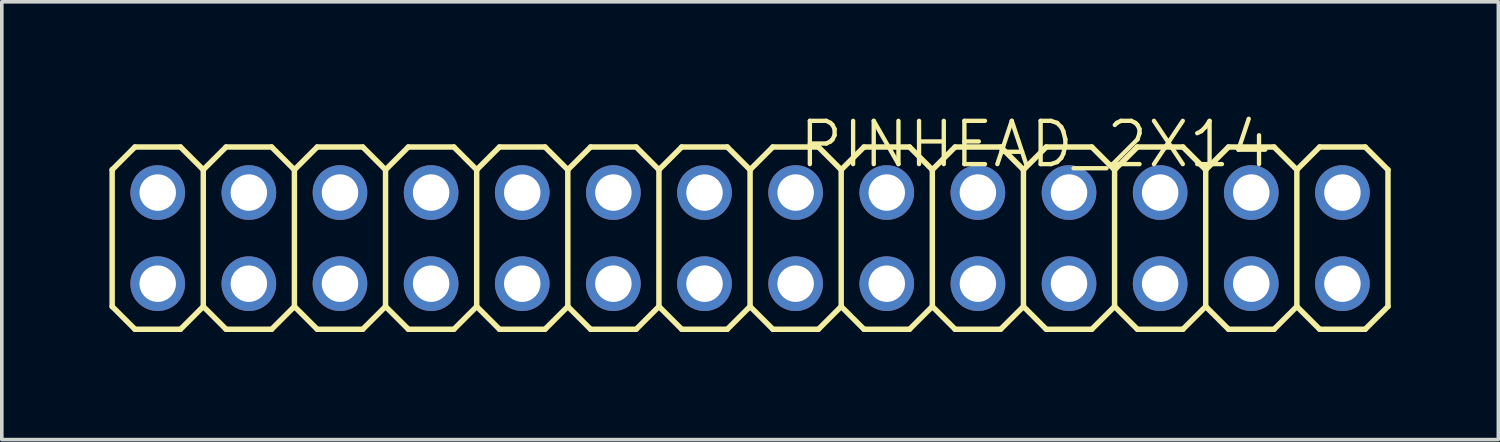
<source format=kicad_pcb>
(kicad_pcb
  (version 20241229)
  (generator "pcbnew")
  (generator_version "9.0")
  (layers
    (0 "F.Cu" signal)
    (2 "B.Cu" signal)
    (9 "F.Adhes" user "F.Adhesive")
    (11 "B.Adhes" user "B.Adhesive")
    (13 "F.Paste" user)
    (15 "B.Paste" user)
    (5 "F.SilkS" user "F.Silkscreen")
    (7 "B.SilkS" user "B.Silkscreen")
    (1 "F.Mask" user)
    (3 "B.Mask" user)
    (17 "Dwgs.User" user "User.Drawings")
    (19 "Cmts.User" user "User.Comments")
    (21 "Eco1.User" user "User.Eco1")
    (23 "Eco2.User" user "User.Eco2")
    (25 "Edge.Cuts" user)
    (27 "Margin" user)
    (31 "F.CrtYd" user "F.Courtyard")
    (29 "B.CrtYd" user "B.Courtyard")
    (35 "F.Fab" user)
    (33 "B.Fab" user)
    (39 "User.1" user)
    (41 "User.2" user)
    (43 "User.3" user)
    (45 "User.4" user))
  (footprint "PINHEAD_2X14"
    (layer "F.Cu")
    (at 17.856 3.587)
    (property "Reference" "PINHEAD_2X14" (at 14.61 -3.32 180) (layer "F.SilkS") (effects (font (size 1.206 1.206) (thickness 0.121)) (justify right top)))
    (attr through_hole)
    (fp_line (start -17.78 -1.905) (end -17.145 -2.54) (stroke (width 0.152) (type solid)) (layer "F.SilkS"))
    (fp_line (start -17.78 1.905) (end -17.78 -1.905) (stroke (width 0.152) (type solid)) (layer "F.SilkS"))
    (fp_line (start -17.78 1.905) (end -17.145 2.54) (stroke (width 0.152) (type solid)) (layer "F.SilkS"))
    (fp_line (start -17.145 -2.54) (end -15.875 -2.54) (stroke (width 0.152) (type solid)) (layer "F.SilkS"))
    (fp_line (start -17.145 2.54) (end -15.875 2.54) (stroke (width 0.152) (type solid)) (layer "F.SilkS"))
    (fp_line (start -15.875 -2.54) (end -15.24 -1.905) (stroke (width 0.152) (type solid)) (layer "F.SilkS"))
    (fp_line (start -15.875 2.54) (end -15.24 1.905) (stroke (width 0.152) (type solid)) (layer "F.SilkS"))
    (fp_line (start -15.24 -1.905) (end -15.24 1.905) (stroke (width 0.152) (type solid)) (layer "F.SilkS"))
    (fp_line (start -15.24 -1.905) (end -14.605 -2.54) (stroke (width 0.152) (type solid)) (layer "F.SilkS"))
    (fp_line (start -15.24 1.905) (end -14.605 2.54) (stroke (width 0.152) (type solid)) (layer "F.SilkS"))
    (fp_line (start -14.605 -2.54) (end -13.335 -2.54) (stroke (width 0.152) (type solid)) (layer "F.SilkS"))
    (fp_line (start -14.605 2.54) (end -13.335 2.54) (stroke (width 0.152) (type solid)) (layer "F.SilkS"))
    (fp_line (start -13.335 -2.54) (end -12.7 -1.905) (stroke (width 0.152) (type solid)) (layer "F.SilkS"))
    (fp_line (start -13.335 2.54) (end -12.7 1.905) (stroke (width 0.152) (type solid)) (layer "F.SilkS"))
    (fp_line (start -12.7 -1.905) (end -12.7 1.905) (stroke (width 0.152) (type solid)) (layer "F.SilkS"))
    (fp_line (start -12.7 -1.905) (end -12.065 -2.54) (stroke (width 0.152) (type solid)) (layer "F.SilkS"))
    (fp_line (start -12.7 1.905) (end -12.065 2.54) (stroke (width 0.152) (type solid)) (layer "F.SilkS"))
    (fp_line (start -12.065 -2.54) (end -10.795 -2.54) (stroke (width 0.152) (type solid)) (layer "F.SilkS"))
    (fp_line (start -12.065 2.54) (end -10.795 2.54) (stroke (width 0.152) (type solid)) (layer "F.SilkS"))
    (fp_line (start -10.795 -2.54) (end -10.16 -1.905) (stroke (width 0.152) (type solid)) (layer "F.SilkS"))
    (fp_line (start -10.795 2.54) (end -10.16 1.905) (stroke (width 0.152) (type solid)) (layer "F.SilkS"))
    (fp_line (start -10.16 -1.905) (end -10.16 1.905) (stroke (width 0.152) (type solid)) (layer "F.SilkS"))
    (fp_line (start -10.16 -1.905) (end -9.525 -2.54) (stroke (width 0.152) (type solid)) (layer "F.SilkS"))
    (fp_line (start -10.16 1.905) (end -9.525 2.54) (stroke (width 0.152) (type solid)) (layer "F.SilkS"))
    (fp_line (start -9.525 -2.54) (end -8.255 -2.54) (stroke (width 0.152) (type solid)) (layer "F.SilkS"))
    (fp_line (start -9.525 2.54) (end -8.255 2.54) (stroke (width 0.152) (type solid)) (layer "F.SilkS"))
    (fp_line (start -8.255 -2.54) (end -7.62 -1.905) (stroke (width 0.152) (type solid)) (layer "F.SilkS"))
    (fp_line (start -8.255 2.54) (end -7.62 1.905) (stroke (width 0.152) (type solid)) (layer "F.SilkS"))
    (fp_line (start -7.62 -1.905) (end -7.62 1.905) (stroke (width 0.152) (type solid)) (layer "F.SilkS"))
    (fp_line (start -7.62 -1.905) (end -6.985 -2.54) (stroke (width 0.152) (type solid)) (layer "F.SilkS"))
    (fp_line (start -7.62 1.905) (end -6.985 2.54) (stroke (width 0.152) (type solid)) (layer "F.SilkS"))
    (fp_line (start -6.985 -2.54) (end -5.715 -2.54) (stroke (width 0.152) (type solid)) (layer "F.SilkS"))
    (fp_line (start -6.985 2.54) (end -5.715 2.54) (stroke (width 0.152) (type solid)) (layer "F.SilkS"))
    (fp_line (start -5.715 -2.54) (end -5.08 -1.905) (stroke (width 0.152) (type solid)) (layer "F.SilkS"))
    (fp_line (start -5.715 2.54) (end -5.08 1.905) (stroke (width 0.152) (type solid)) (layer "F.SilkS"))
    (fp_line (start -5.08 -1.905) (end -5.08 1.905) (stroke (width 0.152) (type solid)) (layer "F.SilkS"))
    (fp_line (start -5.08 -1.905) (end -4.445 -2.54) (stroke (width 0.152) (type solid)) (layer "F.SilkS"))
    (fp_line (start -5.08 1.905) (end -4.445 2.54) (stroke (width 0.152) (type solid)) (layer "F.SilkS"))
    (fp_line (start -4.445 -2.54) (end -3.175 -2.54) (stroke (width 0.152) (type solid)) (layer "F.SilkS"))
    (fp_line (start -4.445 2.54) (end -3.175 2.54) (stroke (width 0.152) (type solid)) (layer "F.SilkS"))
    (fp_line (start -3.175 -2.54) (end -2.54 -1.905) (stroke (width 0.152) (type solid)) (layer "F.SilkS"))
    (fp_line (start -3.175 2.54) (end -2.54 1.905) (stroke (width 0.152) (type solid)) (layer "F.SilkS"))
    (fp_line (start -2.54 -1.905) (end -2.54 1.905) (stroke (width 0.152) (type solid)) (layer "F.SilkS"))
    (fp_line (start -2.54 -1.905) (end -1.905 -2.54) (stroke (width 0.152) (type solid)) (layer "F.SilkS"))
    (fp_line (start -2.54 1.905) (end -1.905 2.54) (stroke (width 0.152) (type solid)) (layer "F.SilkS"))
    (fp_line (start -1.905 -2.54) (end -0.635 -2.54) (stroke (width 0.152) (type solid)) (layer "F.SilkS"))
    (fp_line (start -0.635 -2.54) (end 0 -1.905) (stroke (width 0.152) (type solid)) (layer "F.SilkS"))
    (fp_line (start -0.635 2.54) (end -1.905 2.54) (stroke (width 0.152) (type solid)) (layer "F.SilkS"))
    (fp_line (start 0 -1.905) (end 0 1.905) (stroke (width 0.152) (type solid)) (layer "F.SilkS"))
    (fp_line (start 0 -1.905) (end 0.635 -2.54) (stroke (width 0.152) (type solid)) (layer "F.SilkS"))
    (fp_line (start 0 1.905) (end -0.635 2.54) (stroke (width 0.152) (type solid)) (layer "F.SilkS"))
    (fp_line (start 0 1.905) (end 0.635 2.54) (stroke (width 0.152) (type solid)) (layer "F.SilkS"))
    (fp_line (start 0.635 -2.54) (end 1.905 -2.54) (stroke (width 0.152) (type solid)) (layer "F.SilkS"))
    (fp_line (start 1.905 -2.54) (end 2.54 -1.905) (stroke (width 0.152) (type solid)) (layer "F.SilkS"))
    (fp_line (start 1.905 2.54) (end 0.635 2.54) (stroke (width 0.152) (type solid)) (layer "F.SilkS"))
    (fp_line (start 2.54 -1.905) (end 2.54 1.905) (stroke (width 0.152) (type solid)) (layer "F.SilkS"))
    (fp_line (start 2.54 -1.905) (end 3.175 -2.54) (stroke (width 0.152) (type solid)) (layer "F.SilkS"))
    (fp_line (start 2.54 1.905) (end 1.905 2.54) (stroke (width 0.152) (type solid)) (layer "F.SilkS"))
    (fp_line (start 2.54 1.905) (end 3.175 2.54) (stroke (width 0.152) (type solid)) (layer "F.SilkS"))
    (fp_line (start 3.175 -2.54) (end 4.445 -2.54) (stroke (width 0.152) (type solid)) (layer "F.SilkS"))
    (fp_line (start 4.445 -2.54) (end 5.08 -1.905) (stroke (width 0.152) (type solid)) (layer "F.SilkS"))
    (fp_line (start 4.445 2.54) (end 3.175 2.54) (stroke (width 0.152) (type solid)) (layer "F.SilkS"))
    (fp_line (start 5.08 -1.905) (end 5.08 1.905) (stroke (width 0.152) (type solid)) (layer "F.SilkS"))
    (fp_line (start 5.08 -1.905) (end 5.715 -2.54) (stroke (width 0.152) (type solid)) (layer "F.SilkS"))
    (fp_line (start 5.08 1.905) (end 4.445 2.54) (stroke (width 0.152) (type solid)) (layer "F.SilkS"))
    (fp_line (start 5.08 1.905) (end 5.715 2.54) (stroke (width 0.152) (type solid)) (layer "F.SilkS"))
    (fp_line (start 5.715 -2.54) (end 6.985 -2.54) (stroke (width 0.152) (type solid)) (layer "F.SilkS"))
    (fp_line (start 6.985 -2.54) (end 7.62 -1.905) (stroke (width 0.152) (type solid)) (layer "F.SilkS"))
    (fp_line (start 6.985 2.54) (end 5.715 2.54) (stroke (width 0.152) (type solid)) (layer "F.SilkS"))
    (fp_line (start 7.62 -1.905) (end 7.62 1.905) (stroke (width 0.152) (type solid)) (layer "F.SilkS"))
    (fp_line (start 7.62 -1.905) (end 8.255 -2.54) (stroke (width 0.152) (type solid)) (layer "F.SilkS"))
    (fp_line (start 7.62 1.905) (end 6.985 2.54) (stroke (width 0.152) (type solid)) (layer "F.SilkS"))
    (fp_line (start 7.62 1.905) (end 8.255 2.54) (stroke (width 0.152) (type solid)) (layer "F.SilkS"))
    (fp_line (start 8.255 -2.54) (end 9.525 -2.54) (stroke (width 0.152) (type solid)) (layer "F.SilkS"))
    (fp_line (start 9.525 -2.54) (end 10.16 -1.905) (stroke (width 0.152) (type solid)) (layer "F.SilkS"))
    (fp_line (start 9.525 2.54) (end 8.255 2.54) (stroke (width 0.152) (type solid)) (layer "F.SilkS"))
    (fp_line (start 10.16 -1.905) (end 10.16 1.905) (stroke (width 0.152) (type solid)) (layer "F.SilkS"))
    (fp_line (start 10.16 -1.905) (end 10.795 -2.54) (stroke (width 0.152) (type solid)) (layer "F.SilkS"))
    (fp_line (start 10.16 1.905) (end 9.525 2.54) (stroke (width 0.152) (type solid)) (layer "F.SilkS"))
    (fp_line (start 10.16 1.905) (end 10.795 2.54) (stroke (width 0.152) (type solid)) (layer "F.SilkS"))
    (fp_line (start 10.795 -2.54) (end 12.065 -2.54) (stroke (width 0.152) (type solid)) (layer "F.SilkS"))
    (fp_line (start 12.065 2.54) (end 10.795 2.54) (stroke (width 0.152) (type solid)) (layer "F.SilkS"))
    (fp_line (start 12.7 -1.905) (end 12.065 -2.54) (stroke (width 0.152) (type solid)) (layer "F.SilkS"))
    (fp_line (start 12.7 -1.905) (end 12.7 1.905) (stroke (width 0.152) (type solid)) (layer "F.SilkS"))
    (fp_line (start 12.7 -1.905) (end 13.335 -2.54) (stroke (width 0.152) (type solid)) (layer "F.SilkS"))
    (fp_line (start 12.7 1.905) (end 12.065 2.54) (stroke (width 0.152) (type solid)) (layer "F.SilkS"))
    (fp_line (start 12.7 1.905) (end 13.335 2.54) (stroke (width 0.152) (type solid)) (layer "F.SilkS"))
    (fp_line (start 14.605 -2.54) (end 13.335 -2.54) (stroke (width 0.152) (type solid)) (layer "F.SilkS"))
    (fp_line (start 14.605 -2.54) (end 15.24 -1.905) (stroke (width 0.152) (type solid)) (layer "F.SilkS"))
    (fp_line (start 14.605 2.54) (end 13.335 2.54) (stroke (width 0.152) (type solid)) (layer "F.SilkS"))
    (fp_line (start 15.24 -1.905) (end 15.24 1.905) (stroke (width 0.152) (type solid)) (layer "F.SilkS"))
    (fp_line (start 15.24 -1.905) (end 15.875 -2.54) (stroke (width 0.152) (type solid)) (layer "F.SilkS"))
    (fp_line (start 15.24 1.905) (end 14.605 2.54) (stroke (width 0.152) (type solid)) (layer "F.SilkS"))
    (fp_line (start 15.24 1.905) (end 15.875 2.54) (stroke (width 0.152) (type solid)) (layer "F.SilkS"))
    (fp_line (start 17.145 -2.54) (end 15.875 -2.54) (stroke (width 0.152) (type solid)) (layer "F.SilkS"))
    (fp_line (start 17.145 -2.54) (end 17.78 -1.905) (stroke (width 0.152) (type solid)) (layer "F.SilkS"))
    (fp_line (start 17.145 2.54) (end 15.875 2.54) (stroke (width 0.152) (type solid)) (layer "F.SilkS"))
    (fp_line (start 17.78 -1.905) (end 17.78 1.905) (stroke (width 0.152) (type solid)) (layer "F.SilkS"))
    (fp_line (start 17.78 1.905) (end 17.145 2.54) (stroke (width 0.152) (type solid)) (layer "F.SilkS"))
    (fp_poly (pts (xy -16.764 -1.016) (xy -16.256 -1.016) (xy -16.256 -1.524) (xy -16.764 -1.524)) (stroke (width 0.1) (type solid)) (fill no) (layer "Dwgs.User"))
    (fp_poly (pts (xy -16.764 1.524) (xy -16.256 1.524) (xy -16.256 1.016) (xy -16.764 1.016)) (stroke (width 0.1) (type solid)) (fill no) (layer "Dwgs.User"))
    (fp_poly (pts (xy -14.224 -1.016) (xy -13.716 -1.016) (xy -13.716 -1.524) (xy -14.224 -1.524)) (stroke (width 0.1) (type solid)) (fill no) (layer "Dwgs.User"))
    (fp_poly (pts (xy -14.224 1.524) (xy -13.716 1.524) (xy -13.716 1.016) (xy -14.224 1.016)) (stroke (width 0.1) (type solid)) (fill no) (layer "Dwgs.User"))
    (fp_poly (pts (xy -11.684 -1.016) (xy -11.176 -1.016) (xy -11.176 -1.524) (xy -11.684 -1.524)) (stroke (width 0.1) (type solid)) (fill no) (layer "Dwgs.User"))
    (fp_poly (pts (xy -11.684 1.524) (xy -11.176 1.524) (xy -11.176 1.016) (xy -11.684 1.016)) (stroke (width 0.1) (type solid)) (fill no) (layer "Dwgs.User"))
    (fp_poly (pts (xy -9.144 -1.016) (xy -8.636 -1.016) (xy -8.636 -1.524) (xy -9.144 -1.524)) (stroke (width 0.1) (type solid)) (fill no) (layer "Dwgs.User"))
    (fp_poly (pts (xy -9.144 1.524) (xy -8.636 1.524) (xy -8.636 1.016) (xy -9.144 1.016)) (stroke (width 0.1) (type solid)) (fill no) (layer "Dwgs.User"))
    (fp_poly (pts (xy -6.604 -1.016) (xy -6.096 -1.016) (xy -6.096 -1.524) (xy -6.604 -1.524)) (stroke (width 0.1) (type solid)) (fill no) (layer "Dwgs.User"))
    (fp_poly (pts (xy -6.604 1.524) (xy -6.096 1.524) (xy -6.096 1.016) (xy -6.604 1.016)) (stroke (width 0.1) (type solid)) (fill no) (layer "Dwgs.User"))
    (fp_poly (pts (xy -4.064 -1.016) (xy -3.556 -1.016) (xy -3.556 -1.524) (xy -4.064 -1.524)) (stroke (width 0.1) (type solid)) (fill no) (layer "Dwgs.User"))
    (fp_poly (pts (xy -4.064 1.524) (xy -3.556 1.524) (xy -3.556 1.016) (xy -4.064 1.016)) (stroke (width 0.1) (type solid)) (fill no) (layer "Dwgs.User"))
    (fp_poly (pts (xy -1.524 -1.016) (xy -1.016 -1.016) (xy -1.016 -1.524) (xy -1.524 -1.524)) (stroke (width 0.1) (type solid)) (fill no) (layer "Dwgs.User"))
    (fp_poly (pts (xy -1.524 1.524) (xy -1.016 1.524) (xy -1.016 1.016) (xy -1.524 1.016)) (stroke (width 0.1) (type solid)) (fill no) (layer "Dwgs.User"))
    (fp_poly (pts (xy 1.016 -1.016) (xy 1.524 -1.016) (xy 1.524 -1.524) (xy 1.016 -1.524)) (stroke (width 0.1) (type solid)) (fill no) (layer "Dwgs.User"))
    (fp_poly (pts (xy 1.016 1.524) (xy 1.524 1.524) (xy 1.524 1.016) (xy 1.016 1.016)) (stroke (width 0.1) (type solid)) (fill no) (layer "Dwgs.User"))
    (fp_poly (pts (xy 3.556 -1.016) (xy 4.064 -1.016) (xy 4.064 -1.524) (xy 3.556 -1.524)) (stroke (width 0.1) (type solid)) (fill no) (layer "Dwgs.User"))
    (fp_poly (pts (xy 3.556 1.524) (xy 4.064 1.524) (xy 4.064 1.016) (xy 3.556 1.016)) (stroke (width 0.1) (type solid)) (fill no) (layer "Dwgs.User"))
    (fp_poly (pts (xy 6.096 -1.016) (xy 6.604 -1.016) (xy 6.604 -1.524) (xy 6.096 -1.524)) (stroke (width 0.1) (type solid)) (fill no) (layer "Dwgs.User"))
    (fp_poly (pts (xy 6.096 1.524) (xy 6.604 1.524) (xy 6.604 1.016) (xy 6.096 1.016)) (stroke (width 0.1) (type solid)) (fill no) (layer "Dwgs.User"))
    (fp_poly (pts (xy 8.636 -1.016) (xy 9.144 -1.016) (xy 9.144 -1.524) (xy 8.636 -1.524)) (stroke (width 0.1) (type solid)) (fill no) (layer "Dwgs.User"))
    (fp_poly (pts (xy 8.636 1.524) (xy 9.144 1.524) (xy 9.144 1.016) (xy 8.636 1.016)) (stroke (width 0.1) (type solid)) (fill no) (layer "Dwgs.User"))
    (fp_poly (pts (xy 11.176 -1.016) (xy 11.684 -1.016) (xy 11.684 -1.524) (xy 11.176 -1.524)) (stroke (width 0.1) (type solid)) (fill no) (layer "Dwgs.User"))
    (fp_poly (pts (xy 11.176 1.524) (xy 11.684 1.524) (xy 11.684 1.016) (xy 11.176 1.016)) (stroke (width 0.1) (type solid)) (fill no) (layer "Dwgs.User"))
    (fp_poly (pts (xy 13.716 -1.016) (xy 14.224 -1.016) (xy 14.224 -1.524) (xy 13.716 -1.524)) (stroke (width 0.1) (type solid)) (fill no) (layer "Dwgs.User"))
    (fp_poly (pts (xy 13.716 1.524) (xy 14.224 1.524) (xy 14.224 1.016) (xy 13.716 1.016)) (stroke (width 0.1) (type solid)) (fill no) (layer "Dwgs.User"))
    (fp_poly (pts (xy 16.256 -1.016) (xy 16.764 -1.016) (xy 16.764 -1.524) (xy 16.256 -1.524)) (stroke (width 0.1) (type solid)) (fill no) (layer "Dwgs.User"))
    (fp_poly (pts (xy 16.256 1.524) (xy 16.764 1.524) (xy 16.764 1.016) (xy 16.256 1.016)) (stroke (width 0.1) (type solid)) (fill no) (layer "Dwgs.User"))
    (pad "1" thru_hole circle (at -16.51 1.27) (size 1.524 1.524) (drill 1.016) (layers "*.Cu" "*.Mask"))
    (pad "2" thru_hole circle (at -16.51 -1.27) (size 1.524 1.524) (drill 1.016) (layers "*.Cu" "*.Mask"))
    (pad "3" thru_hole circle (at -13.97 1.27) (size 1.524 1.524) (drill 1.016) (layers "*.Cu" "*.Mask"))
    (pad "4" thru_hole circle (at -13.97 -1.27) (size 1.524 1.524) (drill 1.016) (layers "*.Cu" "*.Mask"))
    (pad "5" thru_hole circle (at -11.43 1.27) (size 1.524 1.524) (drill 1.016) (layers "*.Cu" "*.Mask"))
    (pad "6" thru_hole circle (at -11.43 -1.27) (size 1.524 1.524) (drill 1.016) (layers "*.Cu" "*.Mask"))
    (pad "7" thru_hole circle (at -8.89 1.27) (size 1.524 1.524) (drill 1.016) (layers "*.Cu" "*.Mask"))
    (pad "8" thru_hole circle (at -8.89 -1.27) (size 1.524 1.524) (drill 1.016) (layers "*.Cu" "*.Mask"))
    (pad "9" thru_hole circle (at -6.35 1.27) (size 1.524 1.524) (drill 1.016) (layers "*.Cu" "*.Mask"))
    (pad "10" thru_hole circle (at -6.35 -1.27) (size 1.524 1.524) (drill 1.016) (layers "*.Cu" "*.Mask"))
    (pad "11" thru_hole circle (at -3.81 1.27) (size 1.524 1.524) (drill 1.016) (layers "*.Cu" "*.Mask"))
    (pad "12" thru_hole circle (at -3.81 -1.27) (size 1.524 1.524) (drill 1.016) (layers "*.Cu" "*.Mask"))
    (pad "13" thru_hole circle (at -1.27 1.27) (size 1.524 1.524) (drill 1.016) (layers "*.Cu" "*.Mask"))
    (pad "14" thru_hole circle (at -1.27 -1.27) (size 1.524 1.524) (drill 1.016) (layers "*.Cu" "*.Mask"))
    (pad "15" thru_hole circle (at 1.27 1.27) (size 1.524 1.524) (drill 1.016) (layers "*.Cu" "*.Mask"))
    (pad "16" thru_hole circle (at 1.27 -1.27) (size 1.524 1.524) (drill 1.016) (layers "*.Cu" "*.Mask"))
    (pad "17" thru_hole circle (at 3.81 1.27) (size 1.524 1.524) (drill 1.016) (layers "*.Cu" "*.Mask"))
    (pad "18" thru_hole circle (at 3.81 -1.27) (size 1.524 1.524) (drill 1.016) (layers "*.Cu" "*.Mask"))
    (pad "19" thru_hole circle (at 6.35 1.27) (size 1.524 1.524) (drill 1.016) (layers "*.Cu" "*.Mask"))
    (pad "20" thru_hole circle (at 6.35 -1.27) (size 1.524 1.524) (drill 1.016) (layers "*.Cu" "*.Mask"))
    (pad "21" thru_hole circle (at 8.89 1.27) (size 1.524 1.524) (drill 1.016) (layers "*.Cu" "*.Mask"))
    (pad "22" thru_hole circle (at 8.89 -1.27) (size 1.524 1.524) (drill 1.016) (layers "*.Cu" "*.Mask"))
    (pad "23" thru_hole circle (at 11.43 1.27) (size 1.524 1.524) (drill 1.016) (layers "*.Cu" "*.Mask"))
    (pad "24" thru_hole circle (at 11.43 -1.27) (size 1.524 1.524) (drill 1.016) (layers "*.Cu" "*.Mask"))
    (pad "25" thru_hole circle (at 13.97 1.27) (size 1.524 1.524) (drill 1.016) (layers "*.Cu" "*.Mask"))
    (pad "26" thru_hole circle (at 13.97 -1.27) (size 1.524 1.524) (drill 1.016) (layers "*.Cu" "*.Mask"))
    (pad "27" thru_hole circle (at 16.51 1.27) (size 1.524 1.524) (drill 1.016) (layers "*.Cu" "*.Mask"))
    (pad "28" thru_hole circle (at 16.51 -1.27) (size 1.524 1.524) (drill 1.016) (layers "*.Cu" "*.Mask")))
  (gr_rect
    (start -3 -3)
    (end 38.712 9.203)
    (stroke (width 0.1) (type default))
    (fill no)
    (layer "Edge.Cuts")))
</source>
